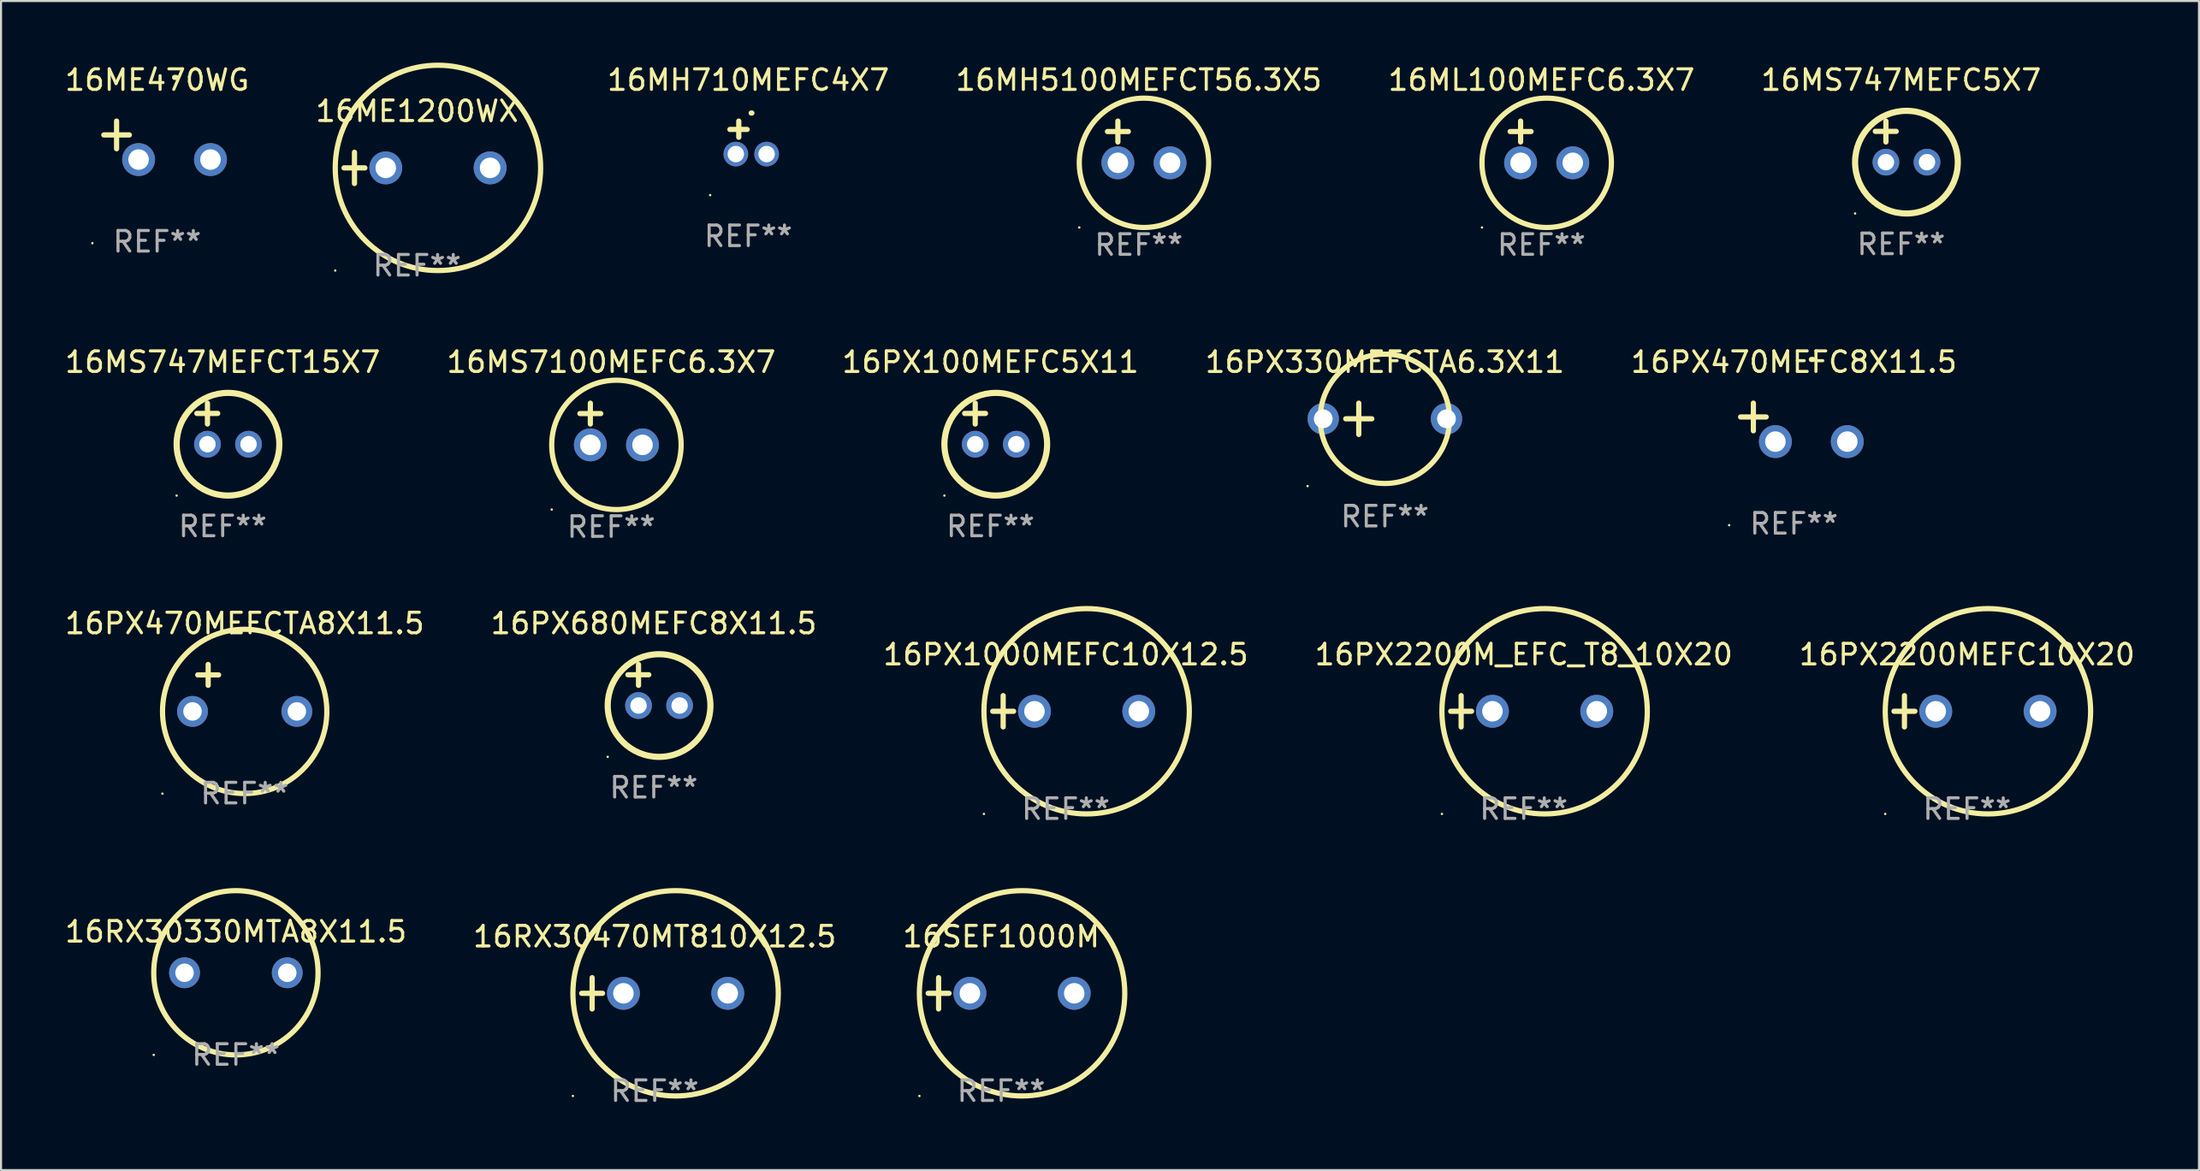
<source format=kicad_pcb>
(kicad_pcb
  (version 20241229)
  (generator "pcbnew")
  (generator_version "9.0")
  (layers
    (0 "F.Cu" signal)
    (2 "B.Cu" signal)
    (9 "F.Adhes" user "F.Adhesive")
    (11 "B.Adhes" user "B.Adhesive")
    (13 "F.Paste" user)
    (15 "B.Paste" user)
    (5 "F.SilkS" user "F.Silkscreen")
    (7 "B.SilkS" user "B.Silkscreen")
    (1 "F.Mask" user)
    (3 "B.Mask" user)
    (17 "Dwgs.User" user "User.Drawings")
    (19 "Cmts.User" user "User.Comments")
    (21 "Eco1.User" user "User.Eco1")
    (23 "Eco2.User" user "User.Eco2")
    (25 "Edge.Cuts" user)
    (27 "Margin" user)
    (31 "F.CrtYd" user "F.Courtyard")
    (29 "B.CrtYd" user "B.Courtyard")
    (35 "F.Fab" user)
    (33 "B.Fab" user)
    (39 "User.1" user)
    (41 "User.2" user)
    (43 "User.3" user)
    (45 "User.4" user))
  (footprint "16MH5100MEFCT56.3X5"
    (layer "F.Cu")
    (at 52.393 3.864)
    (property "Reference" "16MH5100MEFCT56.3X5" (at 0 -3.016 0) (layer "F.SilkS") (effects (font (size 1 1) (thickness 0.15))))
    (attr through_hole)
    (fp_line (start -1.524 -0.508) (end -0.508 -0.508) (stroke (width 0.254) (type solid)) (layer "F.SilkS"))
    (fp_line (start -1.016 -1.016) (end -1.016 0) (stroke (width 0.254) (type solid)) (layer "F.SilkS"))
    (fp_circle (center -2.896 4.166) (end -2.866 4.166) (stroke (width 0.06) (type solid)) (fill no) (layer "F.SilkS"))
    (fp_circle (center 0.254 1.016) (end 3.404 1.016) (stroke (width 0.254) (type solid)) (fill no) (layer "F.SilkS"))
    (fp_text user "REF**" (at 0 5.016 0) (layer "F.Fab") (effects (font (size 1 1) (thickness 0.15))))
    (pad "1" thru_hole circle (at -1.016 1.016) (size 1.6 1.6) (drill 1) (layers "*.Cu" "*.Mask"))
    (pad "2" thru_hole circle (at 1.524 1.016) (size 1.6 1.6) (drill 1) (layers "*.Cu" "*.Mask")))
  (footprint "16MS747MEFC5X7"
    (layer "F.Cu")
    (at 89.512 3.848)
    (property "Reference" "16MS747MEFC5X7" (at 0 -3 0) (layer "F.SilkS") (effects (font (size 1 1) (thickness 0.15))))
    (attr through_hole)
    (fp_line (start -1.258 -0.5) (end -0.242 -0.5) (stroke (width 0.254) (type solid)) (layer "F.SilkS"))
    (fp_line (start -0.742 -1) (end -0.742 0.016) (stroke (width 0.254) (type solid)) (layer "F.SilkS"))
    (fp_circle (center -2.242 3.5) (end -2.212 3.5) (stroke (width 0.06) (type solid)) (fill no) (layer "F.SilkS"))
    (fp_circle (center 0.258 1) (end 2.758 1) (stroke (width 0.3) (type solid)) (fill no) (layer "F.SilkS"))
    (fp_text user "REF**" (at 0 5 0) (layer "F.Fab") (effects (font (size 1 1) (thickness 0.15))))
    (pad "1" thru_hole circle (at -0.742 1) (size 1.3 1.3) (drill 0.8) (layers "*.Cu" "*.Mask"))
    (pad "2" thru_hole circle (at 1.258 1) (size 1.3 1.3) (drill 0.8) (layers "*.Cu" "*.Mask")))
  (footprint "16PX2200MEFC10X20"
    (layer "F.Cu")
    (at 92.72 31.593)
    (property "Reference" "16PX2200MEFC10X20" (at 0 -2.762 0) (layer "F.SilkS") (effects (font (size 1 1) (thickness 0.15))))
    (attr through_hole)
    (fp_line (start -3.556 0) (end -2.54 0) (stroke (width 0.254) (type solid)) (layer "F.SilkS"))
    (fp_line (start -3.048 -0.762) (end -3.048 0.762) (stroke (width 0.254) (type solid)) (layer "F.SilkS"))
    (fp_circle (center -3.984 5) (end -3.954 5) (stroke (width 0.06) (type solid)) (fill no) (layer "F.SilkS"))
    (fp_circle (center 1.016 0) (end 6.016 0) (stroke (width 0.254) (type solid)) (fill no) (layer "F.SilkS"))
    (fp_text user "REF**" (at 0 4.762 0) (layer "F.Fab") (effects (font (size 1 1) (thickness 0.15))))
    (pad "1" thru_hole circle (at -1.524 0) (size 1.6 1.6) (drill 1) (layers "*.Cu" "*.Mask"))
    (pad "2" thru_hole circle (at 3.556 0) (size 1.6 1.6) (drill 1) (layers "*.Cu" "*.Mask")))
  (footprint "16RX30330MTA8X11.5"
    (layer "F.Cu")
    (at 8.435 44.33)
    (property "Reference" "16RX30330MTA8X11.5" (at 0 -2 0) (layer "F.SilkS") (effects (font (size 1 1) (thickness 0.15))))
    (attr through_hole)
    (fp_circle (center -4 4) (end -3.97 4) (stroke (width 0.06) (type solid)) (fill no) (layer "F.SilkS"))
    (fp_circle (center -0.000127 0) (end 4 0) (stroke (width 0.254) (type solid)) (fill no) (layer "F.SilkS"))
    (fp_text user "REF**" (at 0 4 0) (layer "F.Fab") (effects (font (size 1 1) (thickness 0.15))))
    (pad "1" thru_hole circle (at -2.5 0) (size 1.5 1.5) (drill 0.9) (layers "*.Cu" "*.Mask"))
    (pad "2" thru_hole circle (at 2.5 0) (size 1.5 1.5) (drill 0.9) (layers "*.Cu" "*.Mask")))
  (footprint "16PX100MEFC5X11"
    (layer "F.Cu")
    (at 45.173 17.586)
    (property "Reference" "16PX100MEFC5X11" (at 0 -3 0) (layer "F.SilkS") (effects (font (size 1 1) (thickness 0.15))))
    (attr through_hole)
    (fp_line (start -1.258 -0.5) (end -0.242 -0.5) (stroke (width 0.254) (type solid)) (layer "F.SilkS"))
    (fp_line (start -0.742 -1) (end -0.742 0.016) (stroke (width 0.254) (type solid)) (layer "F.SilkS"))
    (fp_circle (center -2.242 3.5) (end -2.212 3.5) (stroke (width 0.06) (type solid)) (fill no) (layer "F.SilkS"))
    (fp_circle (center 0.258 1) (end 2.758 1) (stroke (width 0.3) (type solid)) (fill no) (layer "F.SilkS"))
    (fp_text user "REF**" (at 0 5 0) (layer "F.Fab") (effects (font (size 1 1) (thickness 0.15))))
    (pad "1" thru_hole circle (at -0.742 1) (size 1.3 1.3) (drill 0.8) (layers "*.Cu" "*.Mask"))
    (pad "2" thru_hole circle (at 1.258 1) (size 1.3 1.3) (drill 0.8) (layers "*.Cu" "*.Mask")))
  (footprint "16PX1000MEFC10X12.5"
    (layer "F.Cu")
    (at 48.839 31.593)
    (property "Reference" "16PX1000MEFC10X12.5" (at 0 -2.762 0) (layer "F.SilkS") (effects (font (size 1 1) (thickness 0.15))))
    (attr through_hole)
    (fp_line (start -3.556 0) (end -2.54 0) (stroke (width 0.254) (type solid)) (layer "F.SilkS"))
    (fp_line (start -3.048 -0.762) (end -3.048 0.762) (stroke (width 0.254) (type solid)) (layer "F.SilkS"))
    (fp_circle (center -3.984 5) (end -3.954 5) (stroke (width 0.06) (type solid)) (fill no) (layer "F.SilkS"))
    (fp_circle (center 1.016 0) (end 6.016 0) (stroke (width 0.254) (type solid)) (fill no) (layer "F.SilkS"))
    (fp_text user "REF**" (at 0 4.762 0) (layer "F.Fab") (effects (font (size 1 1) (thickness 0.15))))
    (pad "1" thru_hole circle (at -1.524 0) (size 1.6 1.6) (drill 1) (layers "*.Cu" "*.Mask"))
    (pad "2" thru_hole circle (at 3.556 0) (size 1.6 1.6) (drill 1) (layers "*.Cu" "*.Mask")))
  (footprint "16MS7100MEFC6.3X7"
    (layer "F.Cu")
    (at 26.708 17.602)
    (property "Reference" "16MS7100MEFC6.3X7" (at 0 -3.016 0) (layer "F.SilkS") (effects (font (size 1 1) (thickness 0.15))))
    (attr through_hole)
    (fp_line (start -1.524 -0.508) (end -0.508 -0.508) (stroke (width 0.254) (type solid)) (layer "F.SilkS"))
    (fp_line (start -1.016 -1.016) (end -1.016 0) (stroke (width 0.254) (type solid)) (layer "F.SilkS"))
    (fp_circle (center -2.896 4.166) (end -2.866 4.166) (stroke (width 0.06) (type solid)) (fill no) (layer "F.SilkS"))
    (fp_circle (center 0.254 1.016) (end 3.404 1.016) (stroke (width 0.254) (type solid)) (fill no) (layer "F.SilkS"))
    (fp_text user "REF**" (at 0 5.016 0) (layer "F.Fab") (effects (font (size 1 1) (thickness 0.15))))
    (pad "1" thru_hole circle (at -1.016 1.016) (size 1.6 1.6) (drill 1) (layers "*.Cu" "*.Mask"))
    (pad "2" thru_hole circle (at 1.524 1.016) (size 1.6 1.6) (drill 1) (layers "*.Cu" "*.Mask")))
  (footprint "16ME470WG"
    (layer "F.Cu")
    (at 4.601 3.785)
    (property "Reference" "16ME470WG" (at 0 -2.937 0) (layer "F.SilkS") (effects (font (size 1 1) (thickness 0.15))))
    (attr through_hole)
    (fp_line (start -1.975 0.41) (end -1.975 -0.937) (stroke (width 0.254) (type solid)) (layer "F.SilkS"))
    (fp_line (start -1.353 -0.263) (end -2.597 -0.263) (stroke (width 0.254) (type solid)) (layer "F.SilkS"))
    (fp_arc (start 0.849809 -3.063957) (mid 0.885369 -3.064114) (end 0.920929 -3.063957) (stroke (width 0.254001) (type solid)) (layer "F.SilkS"))
    (fp_circle (center -3.154 5.008) (end -3.124 5.008) (stroke (width 0.06) (type solid)) (fill no) (layer "F.SilkS"))
    (fp_text user "REF**" (at 0 4.937 0) (layer "F.Fab") (effects (font (size 1 1) (thickness 0.15))))
    (pad "1" thru_hole circle (at -0.903 0.937) (size 1.6 1.6) (drill 1) (layers "*.Cu" "*.Mask"))
    (pad "2" thru_hole circle (at 2.597 0.937) (size 1.6 1.6) (drill 1) (layers "*.Cu" "*.Mask")))
  (footprint "16RX30470MT810X12.5"
    (layer "F.Cu")
    (at 28.827 45.33)
    (property "Reference" "16RX30470MT810X12.5" (at 0 -2.762 0) (layer "F.SilkS") (effects (font (size 1 1) (thickness 0.15))))
    (attr through_hole)
    (fp_line (start -3.556 0) (end -2.54 0) (stroke (width 0.254) (type solid)) (layer "F.SilkS"))
    (fp_line (start -3.048 -0.762) (end -3.048 0.762) (stroke (width 0.254) (type solid)) (layer "F.SilkS"))
    (fp_circle (center -3.984 5) (end -3.954 5) (stroke (width 0.06) (type solid)) (fill no) (layer "F.SilkS"))
    (fp_circle (center 1.016 0) (end 6.016 0) (stroke (width 0.254) (type solid)) (fill no) (layer "F.SilkS"))
    (fp_text user "REF**" (at 0 4.762 0) (layer "F.Fab") (effects (font (size 1 1) (thickness 0.15))))
    (pad "1" thru_hole circle (at -1.524 0) (size 1.6 1.6) (drill 1) (layers "*.Cu" "*.Mask"))
    (pad "2" thru_hole circle (at 3.556 0) (size 1.6 1.6) (drill 1) (layers "*.Cu" "*.Mask")))
  (footprint "16PX470MEFCTA8X11.5"
    (layer "F.Cu")
    (at 8.863 30.457)
    (property "Reference" "16PX470MEFCTA8X11.5" (at 0 -3.143 0) (layer "F.SilkS") (effects (font (size 1 1) (thickness 0.15))))
    (attr through_hole)
    (fp_line (start -2.286 -0.635) (end -1.27 -0.635) (stroke (width 0.254) (type solid)) (layer "F.SilkS"))
    (fp_line (start -1.778 -1.143) (end -1.778 -0.127) (stroke (width 0.254) (type solid)) (layer "F.SilkS"))
    (fp_circle (center -4.005 5.148) (end -3.975 5.148) (stroke (width 0.06) (type solid)) (fill no) (layer "F.SilkS"))
    (fp_circle (center 0 1.143) (end 4 1.143) (stroke (width 0.254) (type solid)) (fill no) (layer "F.SilkS"))
    (fp_text user "REF**" (at 0 5.143 0) (layer "F.Fab") (effects (font (size 1 1) (thickness 0.15))))
    (pad "1" thru_hole circle (at -2.54 1.143) (size 1.5 1.5) (drill 0.9) (layers "*.Cu" "*.Mask"))
    (pad "2" thru_hole circle (at 2.54 1.143) (size 1.5 1.5) (drill 0.9) (layers "*.Cu" "*.Mask")))
  (footprint "16MH710MEFC4X7"
    (layer "F.Cu")
    (at 33.381 3.651)
    (property "Reference" "16MH710MEFC4X7" (at 0 -2.803 0) (layer "F.SilkS") (effects (font (size 1 1) (thickness 0.15))))
    (attr through_hole)
    (fp_line (start -0.462 -0.016) (end -0.462 -0.803) (stroke (width 0.254) (type solid)) (layer "F.SilkS"))
    (fp_line (start -0.056 -0.397) (end -0.894 -0.397) (stroke (width 0.254) (type solid)) (layer "F.SilkS"))
    (fp_arc (start 0.142799 -1.195784) (mid 0.159309 -1.195852) (end 0.175819 -1.195784) (stroke (width 0.254001) (type solid)) (layer "F.SilkS"))
    (fp_circle (center -1.856 2.803) (end -1.826 2.803) (stroke (width 0.06) (type solid)) (fill no) (layer "F.SilkS"))
    (fp_text user "REF**" (at 0 4.803 0) (layer "F.Fab") (effects (font (size 1 1) (thickness 0.15))))
    (pad "1" thru_hole circle (at -0.606 0.803) (size 1.2 1.2) (drill 0.8) (layers "*.Cu" "*.Mask"))
    (pad "2" thru_hole circle (at 0.894 0.803) (size 1.2 1.2) (drill 0.8) (layers "*.Cu" "*.Mask")))
  (footprint "16SEF1000M"
    (layer "F.Cu")
    (at 45.696 45.33)
    (property "Reference" "16SEF1000M" (at 0 -2.762 0) (layer "F.SilkS") (effects (font (size 1 1) (thickness 0.15))))
    (attr through_hole)
    (fp_line (start -3.556 0) (end -2.54 0) (stroke (width 0.254) (type solid)) (layer "F.SilkS"))
    (fp_line (start -3.048 -0.762) (end -3.048 0.762) (stroke (width 0.254) (type solid)) (layer "F.SilkS"))
    (fp_circle (center -3.984 5) (end -3.954 5) (stroke (width 0.06) (type solid)) (fill no) (layer "F.SilkS"))
    (fp_circle (center 1.016 0) (end 6.016 0) (stroke (width 0.254) (type solid)) (fill no) (layer "F.SilkS"))
    (fp_text user "REF**" (at 0 4.762 0) (layer "F.Fab") (effects (font (size 1 1) (thickness 0.15))))
    (pad "1" thru_hole circle (at -1.524 0) (size 1.6 1.6) (drill 1) (layers "*.Cu" "*.Mask"))
    (pad "2" thru_hole circle (at 3.556 0) (size 1.6 1.6) (drill 1) (layers "*.Cu" "*.Mask")))
  (footprint "16PX470MEFC8X11.5"
    (layer "F.Cu")
    (at 84.292 17.522)
    (property "Reference" "16PX470MEFC8X11.5" (at 0 -2.937 0) (layer "F.SilkS") (effects (font (size 1 1) (thickness 0.15))))
    (attr through_hole)
    (fp_line (start -1.975 0.41) (end -1.975 -0.937) (stroke (width 0.254) (type solid)) (layer "F.SilkS"))
    (fp_line (start -1.353 -0.263) (end -2.597 -0.263) (stroke (width 0.254) (type solid)) (layer "F.SilkS"))
    (fp_arc (start 0.849809 -3.063957) (mid 0.885369 -3.064114) (end 0.920929 -3.063957) (stroke (width 0.254001) (type solid)) (layer "F.SilkS"))
    (fp_circle (center -3.154 5.008) (end -3.124 5.008) (stroke (width 0.06) (type solid)) (fill no) (layer "F.SilkS"))
    (fp_text user "REF**" (at 0 4.937 0) (layer "F.Fab") (effects (font (size 1 1) (thickness 0.15))))
    (pad "1" thru_hole circle (at -0.903 0.937) (size 1.6 1.6) (drill 1) (layers "*.Cu" "*.Mask"))
    (pad "2" thru_hole circle (at 2.597 0.937) (size 1.6 1.6) (drill 1) (layers "*.Cu" "*.Mask")))
  (footprint "16PX330MEFCTA6.3X11"
    (layer "F.Cu")
    (at 64.375 17.348)
    (property "Reference" "16PX330MEFCTA6.3X11" (at 0 -2.762 0) (layer "F.SilkS") (effects (font (size 1 1) (thickness 0.15))))
    (attr through_hole)
    (fp_line (start -1.27 -0.762) (end -1.27 0.762) (stroke (width 0.254) (type solid)) (layer "F.SilkS"))
    (fp_line (start -0.635 0) (end -1.905 0) (stroke (width 0.254) (type solid)) (layer "F.SilkS"))
    (fp_circle (center -3.762 3.277) (end -3.732 3.277) (stroke (width 0.06) (type solid)) (fill no) (layer "F.SilkS"))
    (fp_circle (center 0 0) (end 3.15 0) (stroke (width 0.254) (type solid)) (fill no) (layer "F.SilkS"))
    (fp_text user "REF**" (at 0 4.762 0) (layer "F.Fab") (effects (font (size 1 1) (thickness 0.15))))
    (pad "1" thru_hole circle (at -3 0) (size 1.524 1.524) (drill 0.914) (layers "*.Cu" "*.Mask"))
    (pad "2" thru_hole circle (at 3 0) (size 1.524 1.524) (drill 0.914) (layers "*.Cu" "*.Mask")))
  (footprint "16PX680MEFC8X11.5"
    (layer "F.Cu")
    (at 28.78 30.314)
    (property "Reference" "16PX680MEFC8X11.5" (at 0 -3 0) (layer "F.SilkS") (effects (font (size 1 1) (thickness 0.15))))
    (attr through_hole)
    (fp_line (start -1.258 -0.5) (end -0.242 -0.5) (stroke (width 0.254) (type solid)) (layer "F.SilkS"))
    (fp_line (start -0.742 -1) (end -0.742 0.016) (stroke (width 0.254) (type solid)) (layer "F.SilkS"))
    (fp_circle (center -2.242 3.5) (end -2.212 3.5) (stroke (width 0.06) (type solid)) (fill no) (layer "F.SilkS"))
    (fp_circle (center 0.258 1) (end 2.758 1) (stroke (width 0.3) (type solid)) (fill no) (layer "F.SilkS"))
    (fp_text user "REF**" (at 0 5 0) (layer "F.Fab") (effects (font (size 1 1) (thickness 0.15))))
    (pad "1" thru_hole circle (at -0.742 1) (size 1.3 1.3) (drill 0.8) (layers "*.Cu" "*.Mask"))
    (pad "2" thru_hole circle (at 1.258 1) (size 1.3 1.3) (drill 0.8) (layers "*.Cu" "*.Mask")))
  (footprint "16MS747MEFCT15X7"
    (layer "F.Cu")
    (at 7.792 17.586)
    (property "Reference" "16MS747MEFCT15X7" (at 0 -3 0) (layer "F.SilkS") (effects (font (size 1 1) (thickness 0.15))))
    (attr through_hole)
    (fp_line (start -1.258 -0.5) (end -0.242 -0.5) (stroke (width 0.254) (type solid)) (layer "F.SilkS"))
    (fp_line (start -0.742 -1) (end -0.742 0.016) (stroke (width 0.254) (type solid)) (layer "F.SilkS"))
    (fp_circle (center -2.242 3.5) (end -2.212 3.5) (stroke (width 0.06) (type solid)) (fill no) (layer "F.SilkS"))
    (fp_circle (center 0.258 1) (end 2.758 1) (stroke (width 0.3) (type solid)) (fill no) (layer "F.SilkS"))
    (fp_text user "REF**" (at 0 5 0) (layer "F.Fab") (effects (font (size 1 1) (thickness 0.15))))
    (pad "1" thru_hole circle (at -0.742 1) (size 1.3 1.3) (drill 0.8) (layers "*.Cu" "*.Mask"))
    (pad "2" thru_hole circle (at 1.258 1) (size 1.3 1.3) (drill 0.8) (layers "*.Cu" "*.Mask")))
  (footprint "16ML100MEFC6.3X7"
    (layer "F.Cu")
    (at 72 3.864)
    (property "Reference" "16ML100MEFC6.3X7" (at 0 -3.016 0) (layer "F.SilkS") (effects (font (size 1 1) (thickness 0.15))))
    (attr through_hole)
    (fp_line (start -1.524 -0.508) (end -0.508 -0.508) (stroke (width 0.254) (type solid)) (layer "F.SilkS"))
    (fp_line (start -1.016 -1.016) (end -1.016 0) (stroke (width 0.254) (type solid)) (layer "F.SilkS"))
    (fp_circle (center -2.896 4.166) (end -2.866 4.166) (stroke (width 0.06) (type solid)) (fill no) (layer "F.SilkS"))
    (fp_circle (center 0.254 1.016) (end 3.404 1.016) (stroke (width 0.254) (type solid)) (fill no) (layer "F.SilkS"))
    (fp_text user "REF**" (at 0 5.016 0) (layer "F.Fab") (effects (font (size 1 1) (thickness 0.15))))
    (pad "1" thru_hole circle (at -1.016 1.016) (size 1.6 1.6) (drill 1) (layers "*.Cu" "*.Mask"))
    (pad "2" thru_hole circle (at 1.524 1.016) (size 1.6 1.6) (drill 1) (layers "*.Cu" "*.Mask")))
  (footprint "16ME1200WX"
    (layer "F.Cu")
    (at 17.256 5.127)
    (property "Reference" "16ME1200WX" (at 0 -2.762 0) (layer "F.SilkS") (effects (font (size 1 1) (thickness 0.15))))
    (attr through_hole)
    (fp_line (start -3.556 0) (end -2.54 0) (stroke (width 0.254) (type solid)) (layer "F.SilkS"))
    (fp_line (start -3.048 -0.762) (end -3.048 0.762) (stroke (width 0.254) (type solid)) (layer "F.SilkS"))
    (fp_circle (center -3.984 5) (end -3.954 5) (stroke (width 0.06) (type solid)) (fill no) (layer "F.SilkS"))
    (fp_circle (center 1.016 0) (end 6.016 0) (stroke (width 0.254) (type solid)) (fill no) (layer "F.SilkS"))
    (fp_text user "REF**" (at 0 4.762 0) (layer "F.Fab") (effects (font (size 1 1) (thickness 0.15))))
    (pad "1" thru_hole circle (at -1.524 0) (size 1.6 1.6) (drill 1) (layers "*.Cu" "*.Mask"))
    (pad "2" thru_hole circle (at 3.556 0) (size 1.6 1.6) (drill 1) (layers "*.Cu" "*.Mask")))
  (footprint "16PX2200M_EFC_T8_10X20"
    (layer "F.Cu")
    (at 71.137 31.593)
    (property "Reference" "16PX2200M_EFC_T8_10X20" (at 0 -2.762 0) (layer "F.SilkS") (effects (font (size 1 1) (thickness 0.15))))
    (attr through_hole)
    (fp_line (start -3.556 0) (end -2.54 0) (stroke (width 0.254) (type solid)) (layer "F.SilkS"))
    (fp_line (start -3.048 -0.762) (end -3.048 0.762) (stroke (width 0.254) (type solid)) (layer "F.SilkS"))
    (fp_circle (center -3.984 5) (end -3.954 5) (stroke (width 0.06) (type solid)) (fill no) (layer "F.SilkS"))
    (fp_circle (center 1.016 0) (end 6.016 0) (stroke (width 0.254) (type solid)) (fill no) (layer "F.SilkS"))
    (fp_text user "REF**" (at 0 4.762 0) (layer "F.Fab") (effects (font (size 1 1) (thickness 0.15))))
    (pad "1" thru_hole circle (at -1.524 0) (size 1.6 1.6) (drill 1) (layers "*.Cu" "*.Mask"))
    (pad "2" thru_hole circle (at 3.556 0) (size 1.6 1.6) (drill 1) (layers "*.Cu" "*.Mask")))
  (gr_rect
    (start -3 -3)
    (end 104.012 53.94)
    (stroke (width 0.1) (type default))
    (fill no)
    (layer "Edge.Cuts")))
</source>
